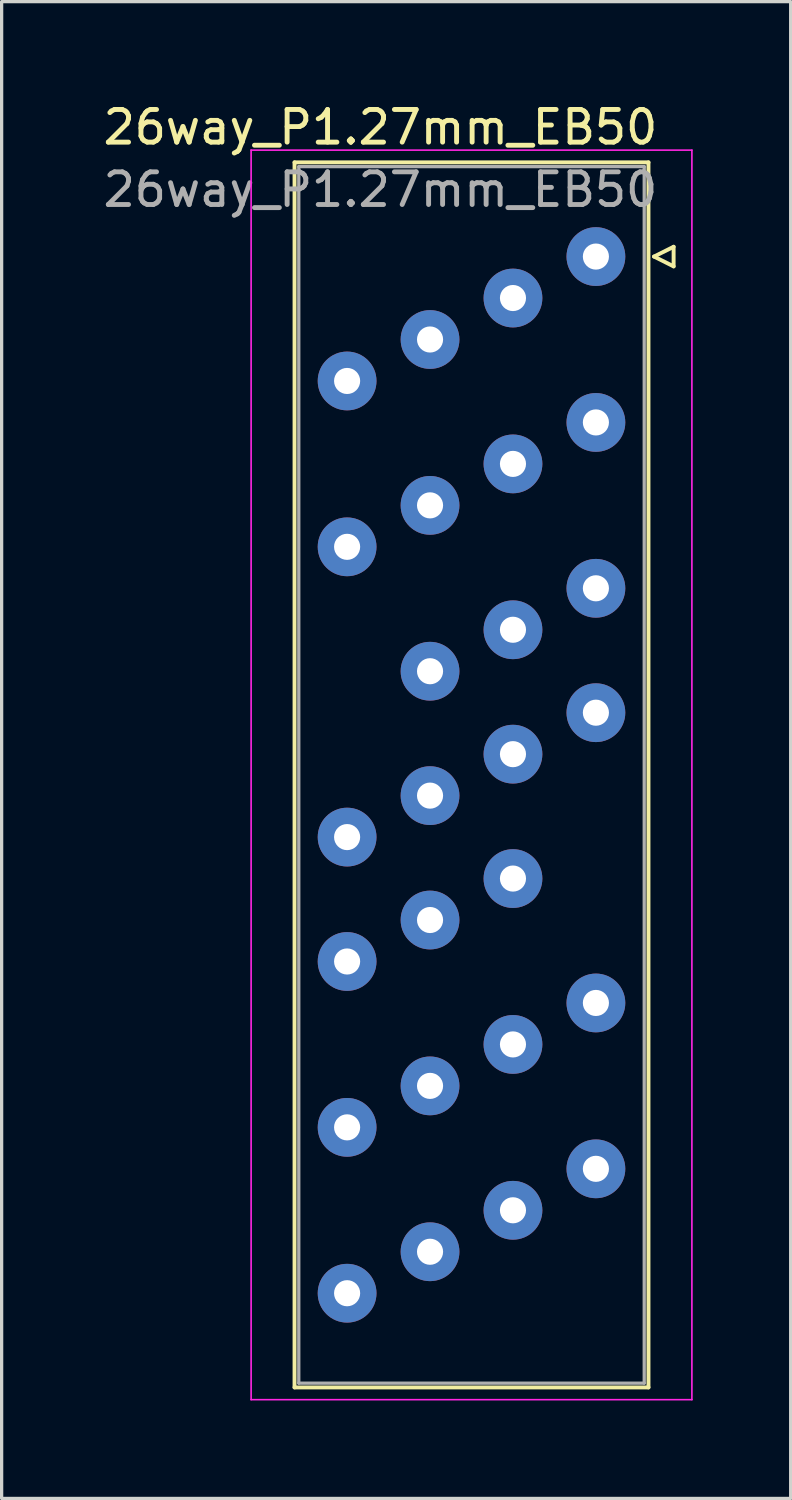
<source format=kicad_pcb>
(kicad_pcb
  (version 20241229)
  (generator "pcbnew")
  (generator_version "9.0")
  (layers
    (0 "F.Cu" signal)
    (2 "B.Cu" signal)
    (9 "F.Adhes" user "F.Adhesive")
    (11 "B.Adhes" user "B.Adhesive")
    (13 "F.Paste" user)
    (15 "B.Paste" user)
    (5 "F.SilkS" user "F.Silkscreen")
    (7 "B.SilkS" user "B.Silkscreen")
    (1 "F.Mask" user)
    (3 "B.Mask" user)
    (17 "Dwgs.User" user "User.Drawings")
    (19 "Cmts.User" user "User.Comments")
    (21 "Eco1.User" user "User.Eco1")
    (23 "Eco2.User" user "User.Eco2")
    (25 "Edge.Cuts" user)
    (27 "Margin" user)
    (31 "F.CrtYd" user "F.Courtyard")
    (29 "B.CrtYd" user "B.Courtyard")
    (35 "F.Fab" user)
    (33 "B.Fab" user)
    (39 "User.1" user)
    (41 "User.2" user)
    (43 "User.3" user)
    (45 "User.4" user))
  (footprint "26way_P1.27mm_EB50"
    (layer "F.Cu")
    (at 7.581 4.808)
    (property "Reference" "26way_P1.27mm_EB50" (at 1.02 -3.96 0) (layer "F.SilkS") (effects (font (size 1 1) (thickness 0.15))))
    (attr through_hole)
    (fp_line (start -1.61 -2.885) (end -1.61 34.635) (stroke (width 0.12) (type solid)) (layer "F.SilkS"))
    (fp_line (start -1.61 -2.885) (end 9.23 -2.885) (stroke (width 0.12) (type solid)) (layer "F.SilkS"))
    (fp_line (start 9.23 -2.885) (end 9.23 34.635) (stroke (width 0.12) (type solid)) (layer "F.SilkS"))
    (fp_line (start 9.23 34.635) (end -1.61 34.635) (stroke (width 0.12) (type solid)) (layer "F.SilkS"))
    (fp_line (start 9.4 0) (end 10 0.3) (stroke (width 0.12) (type solid)) (layer "F.SilkS"))
    (fp_line (start 10 -0.3) (end 9.4 0) (stroke (width 0.12) (type solid)) (layer "F.SilkS"))
    (fp_line (start 10 0.3) (end 10 -0.3) (stroke (width 0.12) (type solid)) (layer "F.SilkS"))
    (fp_line (start -2.94 -3.26) (end -2.94 35.01) (stroke (width 0.05) (type solid)) (layer "F.CrtYd"))
    (fp_line (start -2.94 35.01) (end 10.56 35.01) (stroke (width 0.05) (type solid)) (layer "F.CrtYd"))
    (fp_line (start 10.56 -3.26) (end -2.94 -3.26) (stroke (width 0.05) (type solid)) (layer "F.CrtYd"))
    (fp_line (start 10.56 35.01) (end 10.56 -3.26) (stroke (width 0.05) (type solid)) (layer "F.CrtYd"))
    (fp_line (start -1.48 -2.755) (end -1.48 34.505) (stroke (width 0.1) (type solid)) (layer "F.Fab"))
    (fp_line (start -1.48 -2.755) (end 9.1 -2.755) (stroke (width 0.1) (type solid)) (layer "F.Fab"))
    (fp_line (start 9.1 -2.755) (end 9.1 34.505) (stroke (width 0.1) (type solid)) (layer "F.Fab"))
    (fp_line (start 9.1 34.505) (end -1.48 34.505) (stroke (width 0.1) (type solid)) (layer "F.Fab"))
    (fp_text user "${REFERENCE}" (at 1.02 -2.05 0) (layer "F.Fab") (effects (font (size 1 1) (thickness 0.15))))
    (pad "1" thru_hole circle (at 7.62 0) (size 1.8 1.8) (drill 0.8) (layers "*.Cu" "*.Mask"))
    (pad "2" thru_hole circle (at 5.08 1.27) (size 1.8 1.8) (drill 0.8) (layers "*.Cu" "*.Mask"))
    (pad "3" thru_hole circle (at 2.54 2.54) (size 1.8 1.8) (drill 0.8) (layers "*.Cu" "*.Mask"))
    (pad "4" thru_hole circle (at 0 3.81) (size 1.8 1.8) (drill 0.8) (layers "*.Cu" "*.Mask"))
    (pad "5" thru_hole circle (at 7.62 5.08) (size 1.8 1.8) (drill 0.8) (layers "*.Cu" "*.Mask"))
    (pad "6" thru_hole circle (at 5.08 6.35) (size 1.8 1.8) (drill 0.8) (layers "*.Cu" "*.Mask"))
    (pad "7" thru_hole circle (at 2.54 7.62) (size 1.8 1.8) (drill 0.8) (layers "*.Cu" "*.Mask"))
    (pad "8" thru_hole circle (at 0 8.89) (size 1.8 1.8) (drill 0.8) (layers "*.Cu" "*.Mask"))
    (pad "9" thru_hole circle (at 7.62 10.16) (size 1.8 1.8) (drill 0.8) (layers "*.Cu" "*.Mask"))
    (pad "10" thru_hole circle (at 5.08 11.43) (size 1.8 1.8) (drill 0.8) (layers "*.Cu" "*.Mask"))
    (pad "11" thru_hole circle (at 2.54 12.7) (size 1.8 1.8) (drill 0.8) (layers "*.Cu" "*.Mask"))
    (pad "12" thru_hole circle (at 7.62 13.97) (size 1.8 1.8) (drill 0.8) (layers "*.Cu" "*.Mask"))
    (pad "13" thru_hole circle (at 5.08 15.24) (size 1.8 1.8) (drill 0.8) (layers "*.Cu" "*.Mask"))
    (pad "14" thru_hole circle (at 2.54 16.51) (size 1.8 1.8) (drill 0.8) (layers "*.Cu" "*.Mask"))
    (pad "15" thru_hole circle (at 0 17.78) (size 1.8 1.8) (drill 0.8) (layers "*.Cu" "*.Mask"))
    (pad "16" thru_hole circle (at 5.08 19.05) (size 1.8 1.8) (drill 0.8) (layers "*.Cu" "*.Mask"))
    (pad "17" thru_hole circle (at 2.54 20.32) (size 1.8 1.8) (drill 0.8) (layers "*.Cu" "*.Mask"))
    (pad "18" thru_hole circle (at 0 21.59) (size 1.8 1.8) (drill 0.8) (layers "*.Cu" "*.Mask"))
    (pad "19" thru_hole circle (at 7.62 22.86) (size 1.8 1.8) (drill 0.8) (layers "*.Cu" "*.Mask"))
    (pad "20" thru_hole circle (at 5.08 24.13) (size 1.8 1.8) (drill 0.8) (layers "*.Cu" "*.Mask"))
    (pad "21" thru_hole circle (at 2.54 25.4) (size 1.8 1.8) (drill 0.8) (layers "*.Cu" "*.Mask"))
    (pad "22" thru_hole circle (at 0 26.67) (size 1.8 1.8) (drill 0.8) (layers "*.Cu" "*.Mask"))
    (pad "23" thru_hole circle (at 7.62 27.94) (size 1.8 1.8) (drill 0.8) (layers "*.Cu" "*.Mask"))
    (pad "24" thru_hole circle (at 5.08 29.21) (size 1.8 1.8) (drill 0.8) (layers "*.Cu" "*.Mask"))
    (pad "25" thru_hole circle (at 2.54 30.48) (size 1.8 1.8) (drill 0.8) (layers "*.Cu" "*.Mask"))
    (pad "26" thru_hole circle (at 0 31.75) (size 1.8 1.8) (drill 0.8) (layers "*.Cu" "*.Mask")))
  (gr_rect
    (start -3 -3)
    (end 21.166 42.843)
    (stroke (width 0.1) (type default))
    (fill no)
    (layer "Edge.Cuts")))
</source>
